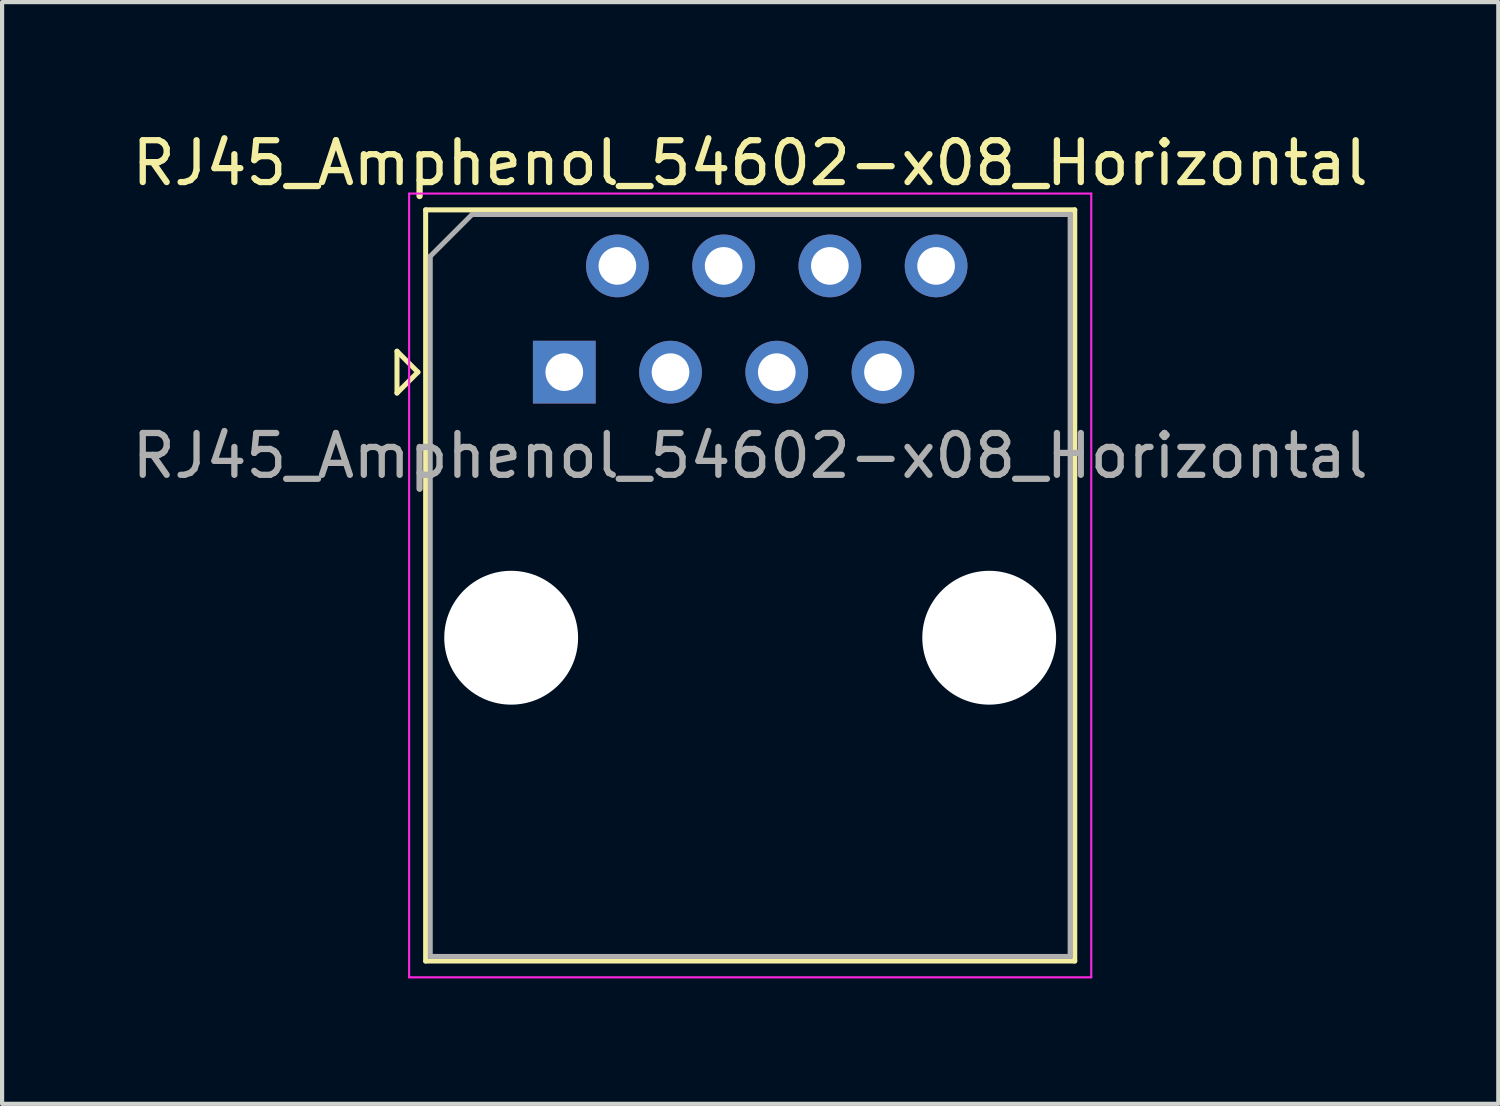
<source format=kicad_pcb>
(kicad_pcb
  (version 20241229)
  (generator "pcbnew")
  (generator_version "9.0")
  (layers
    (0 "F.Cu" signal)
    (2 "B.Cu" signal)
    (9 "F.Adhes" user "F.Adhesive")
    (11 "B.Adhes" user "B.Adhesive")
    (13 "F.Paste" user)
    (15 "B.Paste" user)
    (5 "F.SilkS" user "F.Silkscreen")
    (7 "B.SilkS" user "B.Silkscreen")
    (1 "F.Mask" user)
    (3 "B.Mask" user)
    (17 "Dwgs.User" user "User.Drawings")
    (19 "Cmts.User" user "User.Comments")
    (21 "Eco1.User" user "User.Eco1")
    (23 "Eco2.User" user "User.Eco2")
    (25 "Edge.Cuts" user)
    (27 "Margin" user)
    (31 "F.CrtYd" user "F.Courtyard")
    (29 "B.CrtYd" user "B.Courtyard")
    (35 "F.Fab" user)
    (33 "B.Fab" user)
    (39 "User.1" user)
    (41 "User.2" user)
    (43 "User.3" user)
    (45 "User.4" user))
  (footprint "RJ45_Amphenol_54602-x08_Horizontal"
    (layer "F.Cu")
    (at 10.442 5.848)
    (property "Reference" "RJ45_Amphenol_54602-x08_Horizontal" (at 4.445 -5 0) (layer "F.SilkS") (effects (font (size 1 1) (thickness 0.15))))
    (attr through_hole)
    (fp_line (start -4 -0.5) (end -4 0.5) (stroke (width 0.12) (type solid)) (layer "F.SilkS"))
    (fp_line (start -4 0.5) (end -3.5 0) (stroke (width 0.12) (type solid)) (layer "F.SilkS"))
    (fp_line (start -3.5 0) (end -4 -0.5) (stroke (width 0.12) (type solid)) (layer "F.SilkS"))
    (fp_line (start -3.315 -3.88) (end -3.315 14.08) (stroke (width 0.12) (type solid)) (layer "F.SilkS"))
    (fp_line (start -3.315 14.08) (end 12.205 14.08) (stroke (width 0.12) (type solid)) (layer "F.SilkS"))
    (fp_line (start 12.205 -3.88) (end -3.315 -3.88) (stroke (width 0.12) (type solid)) (layer "F.SilkS"))
    (fp_line (start 12.205 -3.88) (end 12.205 14.08) (stroke (width 0.12) (type solid)) (layer "F.SilkS"))
    (fp_line (start -3.71 -4.27) (end -3.71 14.47) (stroke (width 0.05) (type solid)) (layer "F.CrtYd"))
    (fp_line (start -3.71 -4.27) (end 12.6 -4.27) (stroke (width 0.05) (type solid)) (layer "F.CrtYd"))
    (fp_line (start 12.6 14.47) (end -3.71 14.47) (stroke (width 0.05) (type solid)) (layer "F.CrtYd"))
    (fp_line (start 12.6 14.47) (end 12.6 -4.27) (stroke (width 0.05) (type solid)) (layer "F.CrtYd"))
    (fp_line (start -3.205 -2.77) (end -2.205 -3.77) (stroke (width 0.12) (type solid)) (layer "F.Fab"))
    (fp_line (start -3.205 13.97) (end -3.205 -2.77) (stroke (width 0.12) (type solid)) (layer "F.Fab"))
    (fp_line (start -2.205 -3.77) (end 12.095 -3.77) (stroke (width 0.12) (type solid)) (layer "F.Fab"))
    (fp_line (start 12.095 -3.77) (end 12.095 13.97) (stroke (width 0.12) (type solid)) (layer "F.Fab"))
    (fp_line (start 12.095 13.97) (end -3.205 13.97) (stroke (width 0.12) (type solid)) (layer "F.Fab"))
    (fp_text user "${REFERENCE}" (at 4.445 2 0) (layer "F.Fab") (effects (font (size 1 1) (thickness 0.15))))
    (pad "" np_thru_hole circle (at -1.27 6.35) (size 3.2 3.2) (drill 3.2) (layers "*.Cu" "*.Mask"))
    (pad "" np_thru_hole circle (at 10.16 6.35) (size 3.2 3.2) (drill 3.2) (layers "*.Cu" "*.Mask"))
    (pad "1" thru_hole rect (at 0 0) (size 1.5 1.5) (drill 0.9) (layers "*.Cu" "*.Mask"))
    (pad "2" thru_hole circle (at 1.27 -2.54) (size 1.5 1.5) (drill 0.9) (layers "*.Cu" "*.Mask"))
    (pad "3" thru_hole circle (at 2.54 0) (size 1.5 1.5) (drill 0.9) (layers "*.Cu" "*.Mask"))
    (pad "4" thru_hole circle (at 3.81 -2.54) (size 1.5 1.5) (drill 0.9) (layers "*.Cu" "*.Mask"))
    (pad "5" thru_hole circle (at 5.08 0) (size 1.5 1.5) (drill 0.9) (layers "*.Cu" "*.Mask"))
    (pad "6" thru_hole circle (at 6.35 -2.54) (size 1.5 1.5) (drill 0.9) (layers "*.Cu" "*.Mask"))
    (pad "7" thru_hole circle (at 7.62 0) (size 1.5 1.5) (drill 0.9) (layers "*.Cu" "*.Mask"))
    (pad "8" thru_hole circle (at 8.89 -2.54) (size 1.5 1.5) (drill 0.9) (layers "*.Cu" "*.Mask")))
  (gr_rect
    (start -3 -3)
    (end 32.774 23.343)
    (stroke (width 0.1) (type default))
    (fill no)
    (layer "Edge.Cuts")))
</source>
